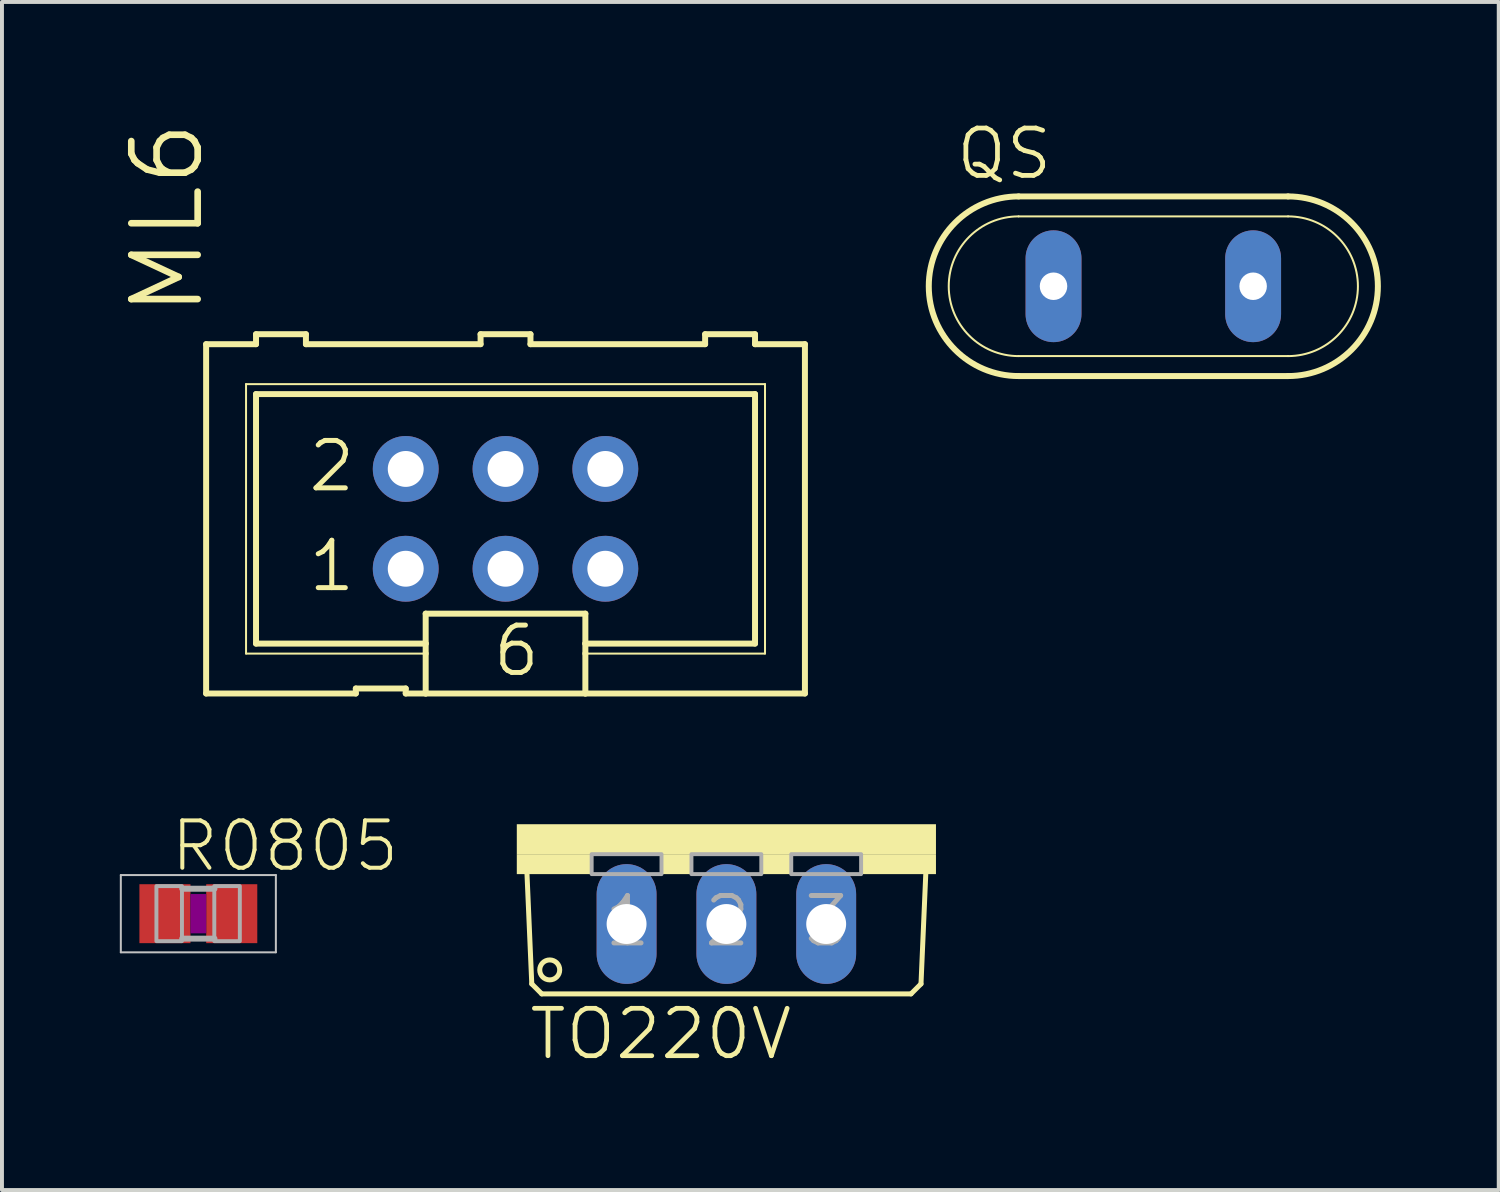
<source format=kicad_pcb>
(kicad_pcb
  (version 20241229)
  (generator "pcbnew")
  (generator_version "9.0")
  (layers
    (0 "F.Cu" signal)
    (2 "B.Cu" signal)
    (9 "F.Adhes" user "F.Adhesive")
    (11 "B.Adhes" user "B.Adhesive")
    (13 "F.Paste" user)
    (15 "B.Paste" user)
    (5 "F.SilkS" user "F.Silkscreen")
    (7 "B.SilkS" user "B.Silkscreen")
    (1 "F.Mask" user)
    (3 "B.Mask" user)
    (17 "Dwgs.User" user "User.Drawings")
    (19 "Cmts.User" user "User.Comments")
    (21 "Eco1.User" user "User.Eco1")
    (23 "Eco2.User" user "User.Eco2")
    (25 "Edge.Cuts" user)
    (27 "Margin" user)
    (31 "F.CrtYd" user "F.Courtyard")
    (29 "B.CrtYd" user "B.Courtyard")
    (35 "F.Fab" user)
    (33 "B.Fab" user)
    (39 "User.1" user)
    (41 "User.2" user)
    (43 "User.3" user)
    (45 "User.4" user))
  (footprint "TO220V"
    (layer "F.Cu")
    (at 15.437 17.927)
    (property "Reference" "TO220V" (at -5.08 6.045 0) (layer "F.SilkS") (effects (font (size 1.206 1.206) (thickness 0.121)) (justify left bottom)))
    (attr through_hole)
    (fp_line (start -4.953 4.064) (end -5.08 1.143) (stroke (width 0.127) (type solid)) (layer "F.SilkS"))
    (fp_line (start -4.953 4.064) (end -4.699 4.318) (stroke (width 0.127) (type solid)) (layer "F.SilkS"))
    (fp_line (start 4.699 4.318) (end -4.699 4.318) (stroke (width 0.127) (type solid)) (layer "F.SilkS"))
    (fp_line (start 4.699 4.318) (end 4.953 4.064) (stroke (width 0.127) (type solid)) (layer "F.SilkS"))
    (fp_line (start 5.08 1.143) (end 4.953 4.064) (stroke (width 0.127) (type solid)) (layer "F.SilkS"))
    (fp_circle (center -4.496 3.708) (end -4.242 3.708) (stroke (width 0.127) (type solid)) (fill no) (layer "F.SilkS"))
    (fp_poly (pts (xy -5.334 0.762) (xy 5.334 0.762) (xy 5.334 0) (xy -5.334 0)) (stroke (width 0) (type solid)) (fill yes) (layer "F.SilkS"))
    (fp_poly (pts (xy -5.334 1.27) (xy -3.429 1.27) (xy -3.429 0.762) (xy -5.334 0.762)) (stroke (width 0) (type solid)) (fill yes) (layer "F.SilkS"))
    (fp_poly (pts (xy -1.651 1.27) (xy -0.889 1.27) (xy -0.889 0.762) (xy -1.651 0.762)) (stroke (width 0) (type solid)) (fill yes) (layer "F.SilkS"))
    (fp_poly (pts (xy 0.889 1.27) (xy 1.651 1.27) (xy 1.651 0.762) (xy 0.889 0.762)) (stroke (width 0) (type solid)) (fill yes) (layer "F.SilkS"))
    (fp_poly (pts (xy 3.429 1.27) (xy 5.334 1.27) (xy 5.334 0.762) (xy 3.429 0.762)) (stroke (width 0) (type solid)) (fill yes) (layer "F.SilkS"))
    (fp_poly (pts (xy -3.429 1.27) (xy -1.651 1.27) (xy -1.651 0.762) (xy -3.429 0.762)) (stroke (width 0.1) (type solid)) (fill no) (layer "F.Fab"))
    (fp_poly (pts (xy -0.889 1.27) (xy 0.889 1.27) (xy 0.889 0.762) (xy -0.889 0.762)) (stroke (width 0.1) (type solid)) (fill no) (layer "F.Fab"))
    (fp_poly (pts (xy 1.651 1.27) (xy 3.429 1.27) (xy 3.429 0.762) (xy 1.651 0.762)) (stroke (width 0.1) (type solid)) (fill no) (layer "F.Fab"))
    (fp_text user "3" (at 1.905 3.175 0) (layer "F.Fab") (effects (font (size 1.206 1.206) (thickness 0.127)) (justify left bottom)))
    (fp_text user "1" (at -3.175 3.175 0) (layer "F.Fab") (effects (font (size 1.206 1.206) (thickness 0.127)) (justify left bottom)))
    (fp_text user "2" (at -0.635 3.175 0) (layer "F.Fab") (effects (font (size 1.206 1.206) (thickness 0.127)) (justify left bottom)))
    (pad "1" thru_hole oval (at -2.54 2.54 90) (size 3.048 1.524) (drill 1.016) (layers "*.Cu" "*.Mask"))
    (pad "2" thru_hole oval (at 0 2.54 90) (size 3.048 1.524) (drill 1.016) (layers "*.Cu" "*.Mask"))
    (pad "3" thru_hole oval (at 2.54 2.54 90) (size 3.048 1.524) (drill 1.016) (layers "*.Cu" "*.Mask")))
  (footprint "QS"
    (layer "F.Cu")
    (at 26.303 4.235)
    (property "Reference" "QS" (at -5.08 -2.667 0) (layer "F.SilkS") (effects (font (size 1.206 1.206) (thickness 0.121)) (justify left bottom)))
    (attr through_hole)
    (fp_line (start -3.429 1.778) (end 3.429 1.778) (stroke (width 0.051) (type solid)) (layer "F.SilkS"))
    (fp_line (start -3.429 2.286) (end 3.429 2.286) (stroke (width 0.152) (type solid)) (layer "F.SilkS"))
    (fp_line (start 3.429 -2.286) (end -3.429 -2.286) (stroke (width 0.152) (type solid)) (layer "F.SilkS"))
    (fp_line (start 3.429 -1.778) (end -3.429 -1.778) (stroke (width 0.051) (type solid)) (layer "F.SilkS"))
    (fp_arc (start -3.429 1.778) (mid -5.207 0) (end -3.429 -1.778) (stroke (width 0.0508) (type solid)) (layer "F.SilkS"))
    (fp_arc (start -3.429 2.286) (mid -5.715 0) (end -3.429 -2.286) (stroke (width 0.1524) (type solid)) (layer "F.SilkS"))
    (fp_arc (start 3.429 -2.286) (mid 5.715 0) (end 3.429 2.286) (stroke (width 0.1524) (type solid)) (layer "F.SilkS"))
    (fp_arc (start 3.429 -1.778) (mid 5.207 0) (end 3.429 1.778) (stroke (width 0.0508) (type solid)) (layer "F.SilkS"))
    (pad "1" thru_hole oval (at -2.54 0 90) (size 2.845 1.422) (drill 0.7) (layers "*.Cu" "*.Mask"))
    (pad "2" thru_hole oval (at 2.54 0 90) (size 2.845 1.422) (drill 0.7) (layers "*.Cu" "*.Mask")))
  (footprint "ML6"
    (layer "F.Cu")
    (at 9.816 10.155)
    (property "Reference" "ML6" (at -7.62 -5.08 90) (layer "F.SilkS") (effects (font (size 1.689 1.689) (thickness 0.169)) (justify left bottom)))
    (attr through_hole)
    (fp_line (start -7.62 -4.445) (end -7.62 4.445) (stroke (width 0.152) (type solid)) (layer "F.SilkS"))
    (fp_line (start -7.62 -4.445) (end -6.35 -4.445) (stroke (width 0.152) (type solid)) (layer "F.SilkS"))
    (fp_line (start -6.604 -3.429) (end -6.604 3.429) (stroke (width 0.051) (type solid)) (layer "F.SilkS"))
    (fp_line (start -6.604 3.429) (end -2.032 3.429) (stroke (width 0.051) (type solid)) (layer "F.SilkS"))
    (fp_line (start -6.35 -4.699) (end -6.35 -4.445) (stroke (width 0.152) (type solid)) (layer "F.SilkS"))
    (fp_line (start -6.35 -3.175) (end -6.35 3.175) (stroke (width 0.152) (type solid)) (layer "F.SilkS"))
    (fp_line (start -6.35 -3.175) (end 6.35 -3.175) (stroke (width 0.152) (type solid)) (layer "F.SilkS"))
    (fp_line (start -5.08 -4.699) (end -6.35 -4.699) (stroke (width 0.152) (type solid)) (layer "F.SilkS"))
    (fp_line (start -5.08 -4.699) (end -5.08 -4.445) (stroke (width 0.152) (type solid)) (layer "F.SilkS"))
    (fp_line (start -5.08 -4.445) (end -0.635 -4.445) (stroke (width 0.152) (type solid)) (layer "F.SilkS"))
    (fp_line (start -3.81 4.445) (end -7.62 4.445) (stroke (width 0.152) (type solid)) (layer "F.SilkS"))
    (fp_line (start -3.81 4.445) (end -3.81 4.318) (stroke (width 0.152) (type solid)) (layer "F.SilkS"))
    (fp_line (start -2.54 4.318) (end -3.81 4.318) (stroke (width 0.152) (type solid)) (layer "F.SilkS"))
    (fp_line (start -2.54 4.318) (end -2.54 4.445) (stroke (width 0.152) (type solid)) (layer "F.SilkS"))
    (fp_line (start -2.032 3.175) (end -6.35 3.175) (stroke (width 0.152) (type solid)) (layer "F.SilkS"))
    (fp_line (start -2.032 3.175) (end -2.032 2.413) (stroke (width 0.152) (type solid)) (layer "F.SilkS"))
    (fp_line (start -2.032 3.175) (end -2.032 3.429) (stroke (width 0.152) (type solid)) (layer "F.SilkS"))
    (fp_line (start -2.032 3.429) (end -2.032 4.445) (stroke (width 0.152) (type solid)) (layer "F.SilkS"))
    (fp_line (start -2.032 4.445) (end -2.54 4.445) (stroke (width 0.152) (type solid)) (layer "F.SilkS"))
    (fp_line (start -0.635 -4.699) (end -0.635 -4.445) (stroke (width 0.152) (type solid)) (layer "F.SilkS"))
    (fp_line (start 0.635 -4.699) (end -0.635 -4.699) (stroke (width 0.152) (type solid)) (layer "F.SilkS"))
    (fp_line (start 0.635 -4.699) (end 0.635 -4.445) (stroke (width 0.152) (type solid)) (layer "F.SilkS"))
    (fp_line (start 0.635 -4.445) (end 5.08 -4.445) (stroke (width 0.152) (type solid)) (layer "F.SilkS"))
    (fp_line (start 2.032 2.413) (end -2.032 2.413) (stroke (width 0.152) (type solid)) (layer "F.SilkS"))
    (fp_line (start 2.032 2.413) (end 2.032 3.175) (stroke (width 0.152) (type solid)) (layer "F.SilkS"))
    (fp_line (start 2.032 3.175) (end 2.032 3.429) (stroke (width 0.152) (type solid)) (layer "F.SilkS"))
    (fp_line (start 2.032 3.429) (end 2.032 4.445) (stroke (width 0.152) (type solid)) (layer "F.SilkS"))
    (fp_line (start 2.032 3.429) (end 6.604 3.429) (stroke (width 0.051) (type solid)) (layer "F.SilkS"))
    (fp_line (start 2.032 4.445) (end -2.032 4.445) (stroke (width 0.152) (type solid)) (layer "F.SilkS"))
    (fp_line (start 5.08 -4.445) (end 5.08 -4.699) (stroke (width 0.152) (type solid)) (layer "F.SilkS"))
    (fp_line (start 6.35 -4.699) (end 5.08 -4.699) (stroke (width 0.152) (type solid)) (layer "F.SilkS"))
    (fp_line (start 6.35 -4.445) (end 6.35 -4.699) (stroke (width 0.152) (type solid)) (layer "F.SilkS"))
    (fp_line (start 6.35 -4.445) (end 7.62 -4.445) (stroke (width 0.152) (type solid)) (layer "F.SilkS"))
    (fp_line (start 6.35 3.175) (end 2.032 3.175) (stroke (width 0.152) (type solid)) (layer "F.SilkS"))
    (fp_line (start 6.35 3.175) (end 6.35 -3.175) (stroke (width 0.152) (type solid)) (layer "F.SilkS"))
    (fp_line (start 6.604 -3.429) (end -6.604 -3.429) (stroke (width 0.051) (type solid)) (layer "F.SilkS"))
    (fp_line (start 6.604 3.429) (end 6.604 -3.429) (stroke (width 0.051) (type solid)) (layer "F.SilkS"))
    (fp_line (start 7.62 4.445) (end 2.032 4.445) (stroke (width 0.152) (type solid)) (layer "F.SilkS"))
    (fp_line (start 7.62 4.445) (end 7.62 -4.445) (stroke (width 0.152) (type solid)) (layer "F.SilkS"))
    (fp_poly (pts (xy -2.794 -1.016) (xy -2.286 -1.016) (xy -2.286 -1.524) (xy -2.794 -1.524)) (stroke (width 0.1) (type solid)) (fill no) (layer "F.Fab"))
    (fp_poly (pts (xy -2.794 1.524) (xy -2.286 1.524) (xy -2.286 1.016) (xy -2.794 1.016)) (stroke (width 0.1) (type solid)) (fill no) (layer "F.Fab"))
    (fp_poly (pts (xy -0.254 -1.016) (xy 0.254 -1.016) (xy 0.254 -1.524) (xy -0.254 -1.524)) (stroke (width 0.1) (type solid)) (fill no) (layer "F.Fab"))
    (fp_poly (pts (xy -0.254 1.524) (xy 0.254 1.524) (xy 0.254 1.016) (xy -0.254 1.016)) (stroke (width 0.1) (type solid)) (fill no) (layer "F.Fab"))
    (fp_poly (pts (xy 2.286 -1.016) (xy 2.794 -1.016) (xy 2.794 -1.524) (xy 2.286 -1.524)) (stroke (width 0.1) (type solid)) (fill no) (layer "F.Fab"))
    (fp_poly (pts (xy 2.286 1.524) (xy 2.794 1.524) (xy 2.794 1.016) (xy 2.286 1.016)) (stroke (width 0.1) (type solid)) (fill no) (layer "F.Fab"))
    (fp_text user "6" (at -0.381 4.064 0) (layer "F.SilkS") (effects (font (size 1.206 1.206) (thickness 0.127)) (justify left bottom)))
    (fp_text user "1" (at -5.08 1.905 0) (layer "F.SilkS") (effects (font (size 1.206 1.206) (thickness 0.127)) (justify left bottom)))
    (fp_text user "2" (at -5.08 -0.635 0) (layer "F.SilkS") (effects (font (size 1.206 1.206) (thickness 0.127)) (justify left bottom)))
    (pad "1" thru_hole circle (at -2.54 1.27) (size 1.676 1.676) (drill 0.914) (layers "*.Cu" "*.Mask"))
    (pad "2" thru_hole circle (at -2.54 -1.27) (size 1.676 1.676) (drill 0.914) (layers "*.Cu" "*.Mask"))
    (pad "3" thru_hole circle (at 0 1.27) (size 1.676 1.676) (drill 0.914) (layers "*.Cu" "*.Mask"))
    (pad "4" thru_hole circle (at 0 -1.27) (size 1.676 1.676) (drill 0.914) (layers "*.Cu" "*.Mask"))
    (pad "5" thru_hole circle (at 2.54 1.27) (size 1.676 1.676) (drill 0.914) (layers "*.Cu" "*.Mask"))
    (pad "6" thru_hole circle (at 2.54 -1.27) (size 1.676 1.676) (drill 0.914) (layers "*.Cu" "*.Mask")))
  (footprint "R0805"
    (layer "F.Cu")
    (at 1.998 20.204)
    (property "Reference" "R0805" (at -0.762 -1.016 0) (layer "F.SilkS") (effects (font (size 1.206 1.206) (thickness 0.102)) (justify left bottom)))
    (attr through_hole)
    (fp_poly (pts (xy -0.2 0.5) (xy 0.2 0.5) (xy 0.2 -0.5) (xy -0.2 -0.5)) (stroke (width 0) (type solid)) (fill yes) (layer "F.Adhes"))
    (fp_line (start -1.973 -0.983) (end 1.973 -0.983) (stroke (width 0.051) (type solid)) (layer "Dwgs.User"))
    (fp_line (start -1.973 0.983) (end -1.973 -0.983) (stroke (width 0.051) (type solid)) (layer "Dwgs.User"))
    (fp_line (start 1.973 -0.983) (end 1.973 0.983) (stroke (width 0.051) (type solid)) (layer "Dwgs.User"))
    (fp_line (start 1.973 0.983) (end -1.973 0.983) (stroke (width 0.051) (type solid)) (layer "Dwgs.User"))
    (fp_line (start -0.41 -0.635) (end 0.41 -0.635) (stroke (width 0.152) (type solid)) (layer "F.Fab"))
    (fp_line (start -0.41 0.635) (end 0.41 0.635) (stroke (width 0.152) (type solid)) (layer "F.Fab"))
    (fp_poly (pts (xy -1.067 0.699) (xy -0.417 0.699) (xy -0.417 -0.702) (xy -1.067 -0.702)) (stroke (width 0.1) (type solid)) (fill no) (layer "F.Fab"))
    (fp_poly (pts (xy 0.406 0.699) (xy 1.056 0.699) (xy 1.056 -0.702) (xy 0.406 -0.702)) (stroke (width 0.1) (type solid)) (fill no) (layer "F.Fab"))
    (pad "1" smd rect (at -0.85 0) (size 1.3 1.5) (layers "F.Cu" "F.Mask" "F.Paste"))
    (pad "2" smd rect (at 0.85 0) (size 1.3 1.5) (layers "F.Cu" "F.Mask" "F.Paste")))
  (gr_rect
    (start -3 -3)
    (end 35.094 27.238)
    (stroke (width 0.1) (type default))
    (fill no)
    (layer "Edge.Cuts")))
</source>
